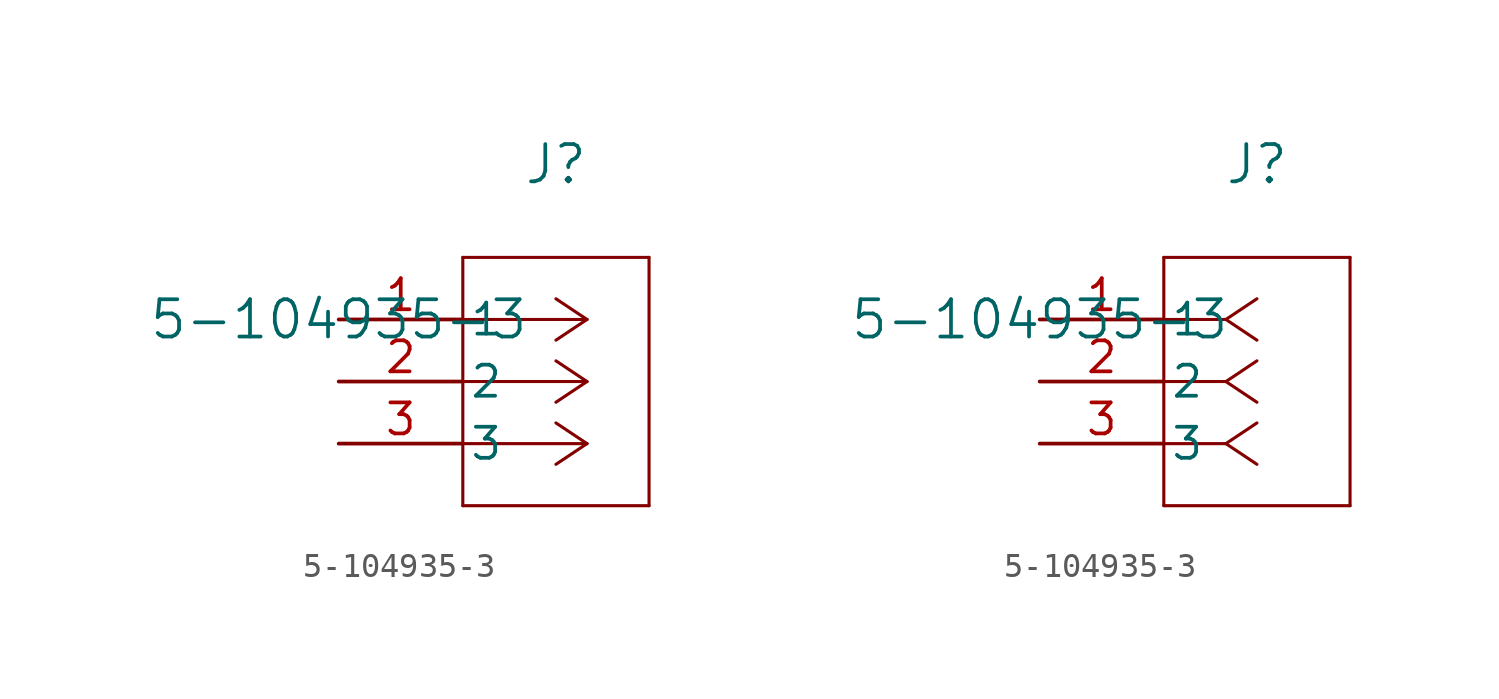
<source format=kicad_sym>
(kicad_symbol_lib
  (version 20211014)
  (generator kicad_symbol_editor)
  (symbol "5-104935-3"
    (pin_names
      (offset 0.254))
    (property "Reference" "J"
      (at 8.89 6.35 0)
      (effects (font (size 1.524 1.524))))
    (property "Value" "5-104935-3"
      (at 0 0 0)
      (effects (font (size 1.524 1.524))))
    (symbol "5-104935-3_1_1"
      (polyline (pts (xy 10.16 0) (xy 5.08 0)) (stroke (width 0.127) (type default) (color 0 0 0 0)) (fill (type none)))
      (polyline (pts (xy 10.16 -2.54) (xy 5.08 -2.54)) (stroke (width 0.127) (type default) (color 0 0 0 0)) (fill (type none)))
      (polyline (pts (xy 10.16 -5.08) (xy 5.08 -5.08)) (stroke (width 0.127) (type default) (color 0 0 0 0)) (fill (type none)))
      (polyline (pts (xy 10.16 0) (xy 8.89 0.847)) (stroke (width 0.127) (type default) (color 0 0 0 0)) (fill (type none)))
      (polyline (pts (xy 10.16 -2.54) (xy 8.89 -1.693)) (stroke (width 0.127) (type default) (color 0 0 0 0)) (fill (type none)))
      (polyline (pts (xy 10.16 -5.08) (xy 8.89 -4.233)) (stroke (width 0.127) (type default) (color 0 0 0 0)) (fill (type none)))
      (polyline (pts (xy 10.16 0) (xy 8.89 -0.847)) (stroke (width 0.127) (type default) (color 0 0 0 0)) (fill (type none)))
      (polyline (pts (xy 10.16 -2.54) (xy 8.89 -3.387)) (stroke (width 0.127) (type default) (color 0 0 0 0)) (fill (type none)))
      (polyline (pts (xy 10.16 -5.08) (xy 8.89 -5.927)) (stroke (width 0.127) (type default) (color 0 0 0 0)) (fill (type none)))
      (polyline (pts (xy 5.08 2.54) (xy 5.08 -7.62)) (stroke (width 0.127) (type default) (color 0 0 0 0)) (fill (type none)))
      (polyline (pts (xy 5.08 -7.62) (xy 12.7 -7.62)) (stroke (width 0.127) (type default) (color 0 0 0 0)) (fill (type none)))
      (polyline (pts (xy 12.7 -7.62) (xy 12.7 2.54)) (stroke (width 0.127) (type default) (color 0 0 0 0)) (fill (type none)))
      (polyline (pts (xy 12.7 2.54) (xy 5.08 2.54)) (stroke (width 0.127) (type default) (color 0 0 0 0)) (fill (type none)))
      (pin unspecified line (at 0 0 0) (length 5.08) (name "1" (effects (font (size 1.27 1.27)))) (number "1" (effects (font (size 1.27 1.27)))))
      (pin unspecified line (at 0 -2.54 0) (length 5.08) (name "2" (effects (font (size 1.27 1.27)))) (number "2" (effects (font (size 1.27 1.27)))))
      (pin unspecified line (at 0 -5.08 0) (length 5.08) (name "3" (effects (font (size 1.27 1.27)))) (number "3" (effects (font (size 1.27 1.27))))))
    (symbol "5-104935-3_1_2"
      (polyline (pts (xy 7.62 0) (xy 5.08 0)) (stroke (width 0.127) (type default) (color 0 0 0 0)) (fill (type none)))
      (polyline (pts (xy 7.62 -2.54) (xy 5.08 -2.54)) (stroke (width 0.127) (type default) (color 0 0 0 0)) (fill (type none)))
      (polyline (pts (xy 7.62 -5.08) (xy 5.08 -5.08)) (stroke (width 0.127) (type default) (color 0 0 0 0)) (fill (type none)))
      (polyline (pts (xy 7.62 0) (xy 8.89 0.847)) (stroke (width 0.127) (type default) (color 0 0 0 0)) (fill (type none)))
      (polyline (pts (xy 7.62 -2.54) (xy 8.89 -1.693)) (stroke (width 0.127) (type default) (color 0 0 0 0)) (fill (type none)))
      (polyline (pts (xy 7.62 -5.08) (xy 8.89 -4.233)) (stroke (width 0.127) (type default) (color 0 0 0 0)) (fill (type none)))
      (polyline (pts (xy 7.62 0) (xy 8.89 -0.847)) (stroke (width 0.127) (type default) (color 0 0 0 0)) (fill (type none)))
      (polyline (pts (xy 7.62 -2.54) (xy 8.89 -3.387)) (stroke (width 0.127) (type default) (color 0 0 0 0)) (fill (type none)))
      (polyline (pts (xy 7.62 -5.08) (xy 8.89 -5.927)) (stroke (width 0.127) (type default) (color 0 0 0 0)) (fill (type none)))
      (polyline (pts (xy 5.08 2.54) (xy 5.08 -7.62)) (stroke (width 0.127) (type default) (color 0 0 0 0)) (fill (type none)))
      (polyline (pts (xy 5.08 -7.62) (xy 12.7 -7.62)) (stroke (width 0.127) (type default) (color 0 0 0 0)) (fill (type none)))
      (polyline (pts (xy 12.7 -7.62) (xy 12.7 2.54)) (stroke (width 0.127) (type default) (color 0 0 0 0)) (fill (type none)))
      (polyline (pts (xy 12.7 2.54) (xy 5.08 2.54)) (stroke (width 0.127) (type default) (color 0 0 0 0)) (fill (type none)))
      (pin unspecified line (at 0 0 0) (length 5.08) (name "1" (effects (font (size 1.27 1.27)))) (number "1" (effects (font (size 1.27 1.27)))))
      (pin unspecified line (at 0 -2.54 0) (length 5.08) (name "2" (effects (font (size 1.27 1.27)))) (number "2" (effects (font (size 1.27 1.27)))))
      (pin unspecified line (at 0 -5.08 0) (length 5.08) (name "3" (effects (font (size 1.27 1.27)))) (number "3" (effects (font (size 1.27 1.27))))))))
</source>
